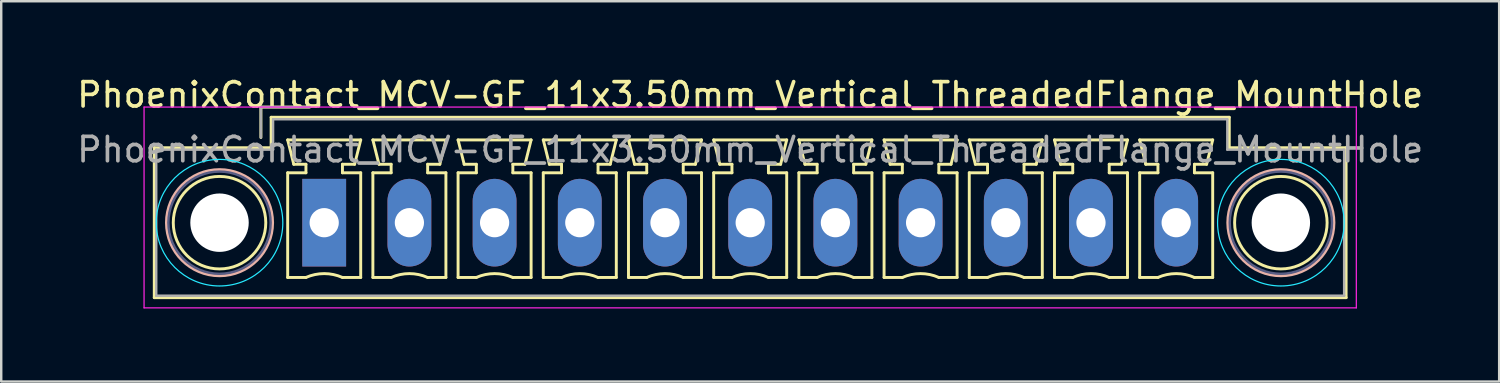
<source format=kicad_pcb>
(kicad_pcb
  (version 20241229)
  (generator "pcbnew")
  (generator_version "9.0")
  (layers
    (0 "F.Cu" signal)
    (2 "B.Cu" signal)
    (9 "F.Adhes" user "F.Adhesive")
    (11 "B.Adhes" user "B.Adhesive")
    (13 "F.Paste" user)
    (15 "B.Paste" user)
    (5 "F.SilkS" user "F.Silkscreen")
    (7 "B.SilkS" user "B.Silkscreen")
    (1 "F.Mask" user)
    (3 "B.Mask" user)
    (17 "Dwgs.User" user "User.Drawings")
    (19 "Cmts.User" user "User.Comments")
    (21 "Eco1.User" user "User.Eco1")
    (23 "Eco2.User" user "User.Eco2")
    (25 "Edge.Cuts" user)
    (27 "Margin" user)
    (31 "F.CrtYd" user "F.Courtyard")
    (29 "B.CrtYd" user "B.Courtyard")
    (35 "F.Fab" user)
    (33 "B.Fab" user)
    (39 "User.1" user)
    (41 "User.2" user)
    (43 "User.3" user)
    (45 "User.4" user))
  (footprint "PhoenixContact_MCV-GF_11x3.50mm_Vertical_ThreadedFlange_MountHole"
    (layer "F.Cu")
    (at 10.268 6.098)
    (property "Reference" "PhoenixContact_MCV-GF_11x3.50mm_Vertical_ThreadedFlange_MountHole" (at 17.5 -5.25 0) (layer "F.SilkS") (effects (font (size 1 1) (thickness 0.15))))
    (attr through_hole)
    (fp_line (start -6.98 -3.08) (end -6.98 3.08) (stroke (width 0.12) (type solid)) (layer "F.SilkS"))
    (fp_line (start -6.98 3.08) (end 41.98 3.08) (stroke (width 0.12) (type solid)) (layer "F.SilkS"))
    (fp_line (start -2.6 -4.75) (end -0.6 -4.75) (stroke (width 0.12) (type solid)) (layer "F.SilkS"))
    (fp_line (start -2.6 -3.5) (end -2.6 -4.75) (stroke (width 0.12) (type solid)) (layer "F.SilkS"))
    (fp_line (start -2.18 -4.33) (end -2.18 -3.08) (stroke (width 0.12) (type solid)) (layer "F.SilkS"))
    (fp_line (start -2.18 -3.08) (end -6.98 -3.08) (stroke (width 0.12) (type solid)) (layer "F.SilkS"))
    (fp_line (start -1.5 -3.4) (end 1.5 -3.4) (stroke (width 0.12) (type solid)) (layer "F.SilkS"))
    (fp_line (start -1.5 -2.05) (end -0.75 -2.05) (stroke (width 0.12) (type solid)) (layer "F.SilkS"))
    (fp_line (start -1.5 2.25) (end -1.5 -2.05) (stroke (width 0.12) (type solid)) (layer "F.SilkS"))
    (fp_line (start -1.25 -2.4) (end -1.5 -3.4) (stroke (width 0.12) (type solid)) (layer "F.SilkS"))
    (fp_line (start -0.75 -2.4) (end -1.25 -2.4) (stroke (width 0.12) (type solid)) (layer "F.SilkS"))
    (fp_line (start -0.75 -2.05) (end -0.75 -2.4) (stroke (width 0.12) (type solid)) (layer "F.SilkS"))
    (fp_line (start -0.75 2.25) (end -1.5 2.25) (stroke (width 0.12) (type solid)) (layer "F.SilkS"))
    (fp_line (start 0.75 -2.4) (end 0.75 -2.05) (stroke (width 0.12) (type solid)) (layer "F.SilkS"))
    (fp_line (start 0.75 -2.05) (end 1.5 -2.05) (stroke (width 0.12) (type solid)) (layer "F.SilkS"))
    (fp_line (start 1.25 -2.4) (end 0.75 -2.4) (stroke (width 0.12) (type solid)) (layer "F.SilkS"))
    (fp_line (start 1.5 -3.4) (end 1.25 -2.4) (stroke (width 0.12) (type solid)) (layer "F.SilkS"))
    (fp_line (start 1.5 -2.05) (end 1.5 2.25) (stroke (width 0.12) (type solid)) (layer "F.SilkS"))
    (fp_line (start 1.5 2.25) (end 0.75 2.25) (stroke (width 0.12) (type solid)) (layer "F.SilkS"))
    (fp_line (start 2 -3.4) (end 5 -3.4) (stroke (width 0.12) (type solid)) (layer "F.SilkS"))
    (fp_line (start 2 -2.05) (end 2.75 -2.05) (stroke (width 0.12) (type solid)) (layer "F.SilkS"))
    (fp_line (start 2 2.25) (end 2 -2.05) (stroke (width 0.12) (type solid)) (layer "F.SilkS"))
    (fp_line (start 2.25 -2.4) (end 2 -3.4) (stroke (width 0.12) (type solid)) (layer "F.SilkS"))
    (fp_line (start 2.75 -2.4) (end 2.25 -2.4) (stroke (width 0.12) (type solid)) (layer "F.SilkS"))
    (fp_line (start 2.75 -2.05) (end 2.75 -2.4) (stroke (width 0.12) (type solid)) (layer "F.SilkS"))
    (fp_line (start 2.75 2.25) (end 2 2.25) (stroke (width 0.12) (type solid)) (layer "F.SilkS"))
    (fp_line (start 4.25 -2.4) (end 4.25 -2.05) (stroke (width 0.12) (type solid)) (layer "F.SilkS"))
    (fp_line (start 4.25 -2.05) (end 5 -2.05) (stroke (width 0.12) (type solid)) (layer "F.SilkS"))
    (fp_line (start 4.75 -2.4) (end 4.25 -2.4) (stroke (width 0.12) (type solid)) (layer "F.SilkS"))
    (fp_line (start 5 -3.4) (end 4.75 -2.4) (stroke (width 0.12) (type solid)) (layer "F.SilkS"))
    (fp_line (start 5 -2.05) (end 5 2.25) (stroke (width 0.12) (type solid)) (layer "F.SilkS"))
    (fp_line (start 5 2.25) (end 4.25 2.25) (stroke (width 0.12) (type solid)) (layer "F.SilkS"))
    (fp_line (start 5.5 -3.4) (end 8.5 -3.4) (stroke (width 0.12) (type solid)) (layer "F.SilkS"))
    (fp_line (start 5.5 -2.05) (end 6.25 -2.05) (stroke (width 0.12) (type solid)) (layer "F.SilkS"))
    (fp_line (start 5.5 2.25) (end 5.5 -2.05) (stroke (width 0.12) (type solid)) (layer "F.SilkS"))
    (fp_line (start 5.75 -2.4) (end 5.5 -3.4) (stroke (width 0.12) (type solid)) (layer "F.SilkS"))
    (fp_line (start 6.25 -2.4) (end 5.75 -2.4) (stroke (width 0.12) (type solid)) (layer "F.SilkS"))
    (fp_line (start 6.25 -2.05) (end 6.25 -2.4) (stroke (width 0.12) (type solid)) (layer "F.SilkS"))
    (fp_line (start 6.25 2.25) (end 5.5 2.25) (stroke (width 0.12) (type solid)) (layer "F.SilkS"))
    (fp_line (start 7.75 -2.4) (end 7.75 -2.05) (stroke (width 0.12) (type solid)) (layer "F.SilkS"))
    (fp_line (start 7.75 -2.05) (end 8.5 -2.05) (stroke (width 0.12) (type solid)) (layer "F.SilkS"))
    (fp_line (start 8.25 -2.4) (end 7.75 -2.4) (stroke (width 0.12) (type solid)) (layer "F.SilkS"))
    (fp_line (start 8.5 -3.4) (end 8.25 -2.4) (stroke (width 0.12) (type solid)) (layer "F.SilkS"))
    (fp_line (start 8.5 -2.05) (end 8.5 2.25) (stroke (width 0.12) (type solid)) (layer "F.SilkS"))
    (fp_line (start 8.5 2.25) (end 7.75 2.25) (stroke (width 0.12) (type solid)) (layer "F.SilkS"))
    (fp_line (start 9 -3.4) (end 12 -3.4) (stroke (width 0.12) (type solid)) (layer "F.SilkS"))
    (fp_line (start 9 -2.05) (end 9.75 -2.05) (stroke (width 0.12) (type solid)) (layer "F.SilkS"))
    (fp_line (start 9 2.25) (end 9 -2.05) (stroke (width 0.12) (type solid)) (layer "F.SilkS"))
    (fp_line (start 9.25 -2.4) (end 9 -3.4) (stroke (width 0.12) (type solid)) (layer "F.SilkS"))
    (fp_line (start 9.75 -2.4) (end 9.25 -2.4) (stroke (width 0.12) (type solid)) (layer "F.SilkS"))
    (fp_line (start 9.75 -2.05) (end 9.75 -2.4) (stroke (width 0.12) (type solid)) (layer "F.SilkS"))
    (fp_line (start 9.75 2.25) (end 9 2.25) (stroke (width 0.12) (type solid)) (layer "F.SilkS"))
    (fp_line (start 11.25 -2.4) (end 11.25 -2.05) (stroke (width 0.12) (type solid)) (layer "F.SilkS"))
    (fp_line (start 11.25 -2.05) (end 12 -2.05) (stroke (width 0.12) (type solid)) (layer "F.SilkS"))
    (fp_line (start 11.75 -2.4) (end 11.25 -2.4) (stroke (width 0.12) (type solid)) (layer "F.SilkS"))
    (fp_line (start 12 -3.4) (end 11.75 -2.4) (stroke (width 0.12) (type solid)) (layer "F.SilkS"))
    (fp_line (start 12 -2.05) (end 12 2.25) (stroke (width 0.12) (type solid)) (layer "F.SilkS"))
    (fp_line (start 12 2.25) (end 11.25 2.25) (stroke (width 0.12) (type solid)) (layer "F.SilkS"))
    (fp_line (start 12.5 -3.4) (end 15.5 -3.4) (stroke (width 0.12) (type solid)) (layer "F.SilkS"))
    (fp_line (start 12.5 -2.05) (end 13.25 -2.05) (stroke (width 0.12) (type solid)) (layer "F.SilkS"))
    (fp_line (start 12.5 2.25) (end 12.5 -2.05) (stroke (width 0.12) (type solid)) (layer "F.SilkS"))
    (fp_line (start 12.75 -2.4) (end 12.5 -3.4) (stroke (width 0.12) (type solid)) (layer "F.SilkS"))
    (fp_line (start 13.25 -2.4) (end 12.75 -2.4) (stroke (width 0.12) (type solid)) (layer "F.SilkS"))
    (fp_line (start 13.25 -2.05) (end 13.25 -2.4) (stroke (width 0.12) (type solid)) (layer "F.SilkS"))
    (fp_line (start 13.25 2.25) (end 12.5 2.25) (stroke (width 0.12) (type solid)) (layer "F.SilkS"))
    (fp_line (start 14.75 -2.4) (end 14.75 -2.05) (stroke (width 0.12) (type solid)) (layer "F.SilkS"))
    (fp_line (start 14.75 -2.05) (end 15.5 -2.05) (stroke (width 0.12) (type solid)) (layer "F.SilkS"))
    (fp_line (start 15.25 -2.4) (end 14.75 -2.4) (stroke (width 0.12) (type solid)) (layer "F.SilkS"))
    (fp_line (start 15.5 -3.4) (end 15.25 -2.4) (stroke (width 0.12) (type solid)) (layer "F.SilkS"))
    (fp_line (start 15.5 -2.05) (end 15.5 2.25) (stroke (width 0.12) (type solid)) (layer "F.SilkS"))
    (fp_line (start 15.5 2.25) (end 14.75 2.25) (stroke (width 0.12) (type solid)) (layer "F.SilkS"))
    (fp_line (start 16 -3.4) (end 19 -3.4) (stroke (width 0.12) (type solid)) (layer "F.SilkS"))
    (fp_line (start 16 -2.05) (end 16.75 -2.05) (stroke (width 0.12) (type solid)) (layer "F.SilkS"))
    (fp_line (start 16 2.25) (end 16 -2.05) (stroke (width 0.12) (type solid)) (layer "F.SilkS"))
    (fp_line (start 16.25 -2.4) (end 16 -3.4) (stroke (width 0.12) (type solid)) (layer "F.SilkS"))
    (fp_line (start 16.75 -2.4) (end 16.25 -2.4) (stroke (width 0.12) (type solid)) (layer "F.SilkS"))
    (fp_line (start 16.75 -2.05) (end 16.75 -2.4) (stroke (width 0.12) (type solid)) (layer "F.SilkS"))
    (fp_line (start 16.75 2.25) (end 16 2.25) (stroke (width 0.12) (type solid)) (layer "F.SilkS"))
    (fp_line (start 18.25 -2.4) (end 18.25 -2.05) (stroke (width 0.12) (type solid)) (layer "F.SilkS"))
    (fp_line (start 18.25 -2.05) (end 19 -2.05) (stroke (width 0.12) (type solid)) (layer "F.SilkS"))
    (fp_line (start 18.75 -2.4) (end 18.25 -2.4) (stroke (width 0.12) (type solid)) (layer "F.SilkS"))
    (fp_line (start 19 -3.4) (end 18.75 -2.4) (stroke (width 0.12) (type solid)) (layer "F.SilkS"))
    (fp_line (start 19 -2.05) (end 19 2.25) (stroke (width 0.12) (type solid)) (layer "F.SilkS"))
    (fp_line (start 19 2.25) (end 18.25 2.25) (stroke (width 0.12) (type solid)) (layer "F.SilkS"))
    (fp_line (start 19.5 -3.4) (end 22.5 -3.4) (stroke (width 0.12) (type solid)) (layer "F.SilkS"))
    (fp_line (start 19.5 -2.05) (end 20.25 -2.05) (stroke (width 0.12) (type solid)) (layer "F.SilkS"))
    (fp_line (start 19.5 2.25) (end 19.5 -2.05) (stroke (width 0.12) (type solid)) (layer "F.SilkS"))
    (fp_line (start 19.75 -2.4) (end 19.5 -3.4) (stroke (width 0.12) (type solid)) (layer "F.SilkS"))
    (fp_line (start 20.25 -2.4) (end 19.75 -2.4) (stroke (width 0.12) (type solid)) (layer "F.SilkS"))
    (fp_line (start 20.25 -2.05) (end 20.25 -2.4) (stroke (width 0.12) (type solid)) (layer "F.SilkS"))
    (fp_line (start 20.25 2.25) (end 19.5 2.25) (stroke (width 0.12) (type solid)) (layer "F.SilkS"))
    (fp_line (start 21.75 -2.4) (end 21.75 -2.05) (stroke (width 0.12) (type solid)) (layer "F.SilkS"))
    (fp_line (start 21.75 -2.05) (end 22.5 -2.05) (stroke (width 0.12) (type solid)) (layer "F.SilkS"))
    (fp_line (start 22.25 -2.4) (end 21.75 -2.4) (stroke (width 0.12) (type solid)) (layer "F.SilkS"))
    (fp_line (start 22.5 -3.4) (end 22.25 -2.4) (stroke (width 0.12) (type solid)) (layer "F.SilkS"))
    (fp_line (start 22.5 -2.05) (end 22.5 2.25) (stroke (width 0.12) (type solid)) (layer "F.SilkS"))
    (fp_line (start 22.5 2.25) (end 21.75 2.25) (stroke (width 0.12) (type solid)) (layer "F.SilkS"))
    (fp_line (start 23 -3.4) (end 26 -3.4) (stroke (width 0.12) (type solid)) (layer "F.SilkS"))
    (fp_line (start 23 -2.05) (end 23.75 -2.05) (stroke (width 0.12) (type solid)) (layer "F.SilkS"))
    (fp_line (start 23 2.25) (end 23 -2.05) (stroke (width 0.12) (type solid)) (layer "F.SilkS"))
    (fp_line (start 23.25 -2.4) (end 23 -3.4) (stroke (width 0.12) (type solid)) (layer "F.SilkS"))
    (fp_line (start 23.75 -2.4) (end 23.25 -2.4) (stroke (width 0.12) (type solid)) (layer "F.SilkS"))
    (fp_line (start 23.75 -2.05) (end 23.75 -2.4) (stroke (width 0.12) (type solid)) (layer "F.SilkS"))
    (fp_line (start 23.75 2.25) (end 23 2.25) (stroke (width 0.12) (type solid)) (layer "F.SilkS"))
    (fp_line (start 25.25 -2.4) (end 25.25 -2.05) (stroke (width 0.12) (type solid)) (layer "F.SilkS"))
    (fp_line (start 25.25 -2.05) (end 26 -2.05) (stroke (width 0.12) (type solid)) (layer "F.SilkS"))
    (fp_line (start 25.75 -2.4) (end 25.25 -2.4) (stroke (width 0.12) (type solid)) (layer "F.SilkS"))
    (fp_line (start 26 -3.4) (end 25.75 -2.4) (stroke (width 0.12) (type solid)) (layer "F.SilkS"))
    (fp_line (start 26 -2.05) (end 26 2.25) (stroke (width 0.12) (type solid)) (layer "F.SilkS"))
    (fp_line (start 26 2.25) (end 25.25 2.25) (stroke (width 0.12) (type solid)) (layer "F.SilkS"))
    (fp_line (start 26.5 -3.4) (end 29.5 -3.4) (stroke (width 0.12) (type solid)) (layer "F.SilkS"))
    (fp_line (start 26.5 -2.05) (end 27.25 -2.05) (stroke (width 0.12) (type solid)) (layer "F.SilkS"))
    (fp_line (start 26.5 2.25) (end 26.5 -2.05) (stroke (width 0.12) (type solid)) (layer "F.SilkS"))
    (fp_line (start 26.75 -2.4) (end 26.5 -3.4) (stroke (width 0.12) (type solid)) (layer "F.SilkS"))
    (fp_line (start 27.25 -2.4) (end 26.75 -2.4) (stroke (width 0.12) (type solid)) (layer "F.SilkS"))
    (fp_line (start 27.25 -2.05) (end 27.25 -2.4) (stroke (width 0.12) (type solid)) (layer "F.SilkS"))
    (fp_line (start 27.25 2.25) (end 26.5 2.25) (stroke (width 0.12) (type solid)) (layer "F.SilkS"))
    (fp_line (start 28.75 -2.4) (end 28.75 -2.05) (stroke (width 0.12) (type solid)) (layer "F.SilkS"))
    (fp_line (start 28.75 -2.05) (end 29.5 -2.05) (stroke (width 0.12) (type solid)) (layer "F.SilkS"))
    (fp_line (start 29.25 -2.4) (end 28.75 -2.4) (stroke (width 0.12) (type solid)) (layer "F.SilkS"))
    (fp_line (start 29.5 -3.4) (end 29.25 -2.4) (stroke (width 0.12) (type solid)) (layer "F.SilkS"))
    (fp_line (start 29.5 -2.05) (end 29.5 2.25) (stroke (width 0.12) (type solid)) (layer "F.SilkS"))
    (fp_line (start 29.5 2.25) (end 28.75 2.25) (stroke (width 0.12) (type solid)) (layer "F.SilkS"))
    (fp_line (start 30 -3.4) (end 33 -3.4) (stroke (width 0.12) (type solid)) (layer "F.SilkS"))
    (fp_line (start 30 -2.05) (end 30.75 -2.05) (stroke (width 0.12) (type solid)) (layer "F.SilkS"))
    (fp_line (start 30 2.25) (end 30 -2.05) (stroke (width 0.12) (type solid)) (layer "F.SilkS"))
    (fp_line (start 30.25 -2.4) (end 30 -3.4) (stroke (width 0.12) (type solid)) (layer "F.SilkS"))
    (fp_line (start 30.75 -2.4) (end 30.25 -2.4) (stroke (width 0.12) (type solid)) (layer "F.SilkS"))
    (fp_line (start 30.75 -2.05) (end 30.75 -2.4) (stroke (width 0.12) (type solid)) (layer "F.SilkS"))
    (fp_line (start 30.75 2.25) (end 30 2.25) (stroke (width 0.12) (type solid)) (layer "F.SilkS"))
    (fp_line (start 32.25 -2.4) (end 32.25 -2.05) (stroke (width 0.12) (type solid)) (layer "F.SilkS"))
    (fp_line (start 32.25 -2.05) (end 33 -2.05) (stroke (width 0.12) (type solid)) (layer "F.SilkS"))
    (fp_line (start 32.75 -2.4) (end 32.25 -2.4) (stroke (width 0.12) (type solid)) (layer "F.SilkS"))
    (fp_line (start 33 -3.4) (end 32.75 -2.4) (stroke (width 0.12) (type solid)) (layer "F.SilkS"))
    (fp_line (start 33 -2.05) (end 33 2.25) (stroke (width 0.12) (type solid)) (layer "F.SilkS"))
    (fp_line (start 33 2.25) (end 32.25 2.25) (stroke (width 0.12) (type solid)) (layer "F.SilkS"))
    (fp_line (start 33.5 -3.4) (end 36.5 -3.4) (stroke (width 0.12) (type solid)) (layer "F.SilkS"))
    (fp_line (start 33.5 -2.05) (end 34.25 -2.05) (stroke (width 0.12) (type solid)) (layer "F.SilkS"))
    (fp_line (start 33.5 2.25) (end 33.5 -2.05) (stroke (width 0.12) (type solid)) (layer "F.SilkS"))
    (fp_line (start 33.75 -2.4) (end 33.5 -3.4) (stroke (width 0.12) (type solid)) (layer "F.SilkS"))
    (fp_line (start 34.25 -2.4) (end 33.75 -2.4) (stroke (width 0.12) (type solid)) (layer "F.SilkS"))
    (fp_line (start 34.25 -2.05) (end 34.25 -2.4) (stroke (width 0.12) (type solid)) (layer "F.SilkS"))
    (fp_line (start 34.25 2.25) (end 33.5 2.25) (stroke (width 0.12) (type solid)) (layer "F.SilkS"))
    (fp_line (start 35.75 -2.4) (end 35.75 -2.05) (stroke (width 0.12) (type solid)) (layer "F.SilkS"))
    (fp_line (start 35.75 -2.05) (end 36.5 -2.05) (stroke (width 0.12) (type solid)) (layer "F.SilkS"))
    (fp_line (start 36.25 -2.4) (end 35.75 -2.4) (stroke (width 0.12) (type solid)) (layer "F.SilkS"))
    (fp_line (start 36.5 -3.4) (end 36.25 -2.4) (stroke (width 0.12) (type solid)) (layer "F.SilkS"))
    (fp_line (start 36.5 -2.05) (end 36.5 2.25) (stroke (width 0.12) (type solid)) (layer "F.SilkS"))
    (fp_line (start 36.5 2.25) (end 35.75 2.25) (stroke (width 0.12) (type solid)) (layer "F.SilkS"))
    (fp_line (start 37.18 -4.33) (end -2.18 -4.33) (stroke (width 0.12) (type solid)) (layer "F.SilkS"))
    (fp_line (start 37.18 -3.08) (end 37.18 -4.33) (stroke (width 0.12) (type solid)) (layer "F.SilkS"))
    (fp_line (start 41.98 -3.08) (end 37.18 -3.08) (stroke (width 0.12) (type solid)) (layer "F.SilkS"))
    (fp_line (start 41.98 3.08) (end 41.98 -3.08) (stroke (width 0.12) (type solid)) (layer "F.SilkS"))
    (fp_arc (start -0.75 2.25) (mid -0.000193 2.09191) (end 0.749647 2.249844) (stroke (width 0.12) (type solid)) (layer "F.SilkS"))
    (fp_arc (start 2.75 2.25) (mid 3.499807 2.09191) (end 4.249647 2.249844) (stroke (width 0.12) (type solid)) (layer "F.SilkS"))
    (fp_arc (start 6.25 2.25) (mid 6.999807 2.09191) (end 7.749647 2.249844) (stroke (width 0.12) (type solid)) (layer "F.SilkS"))
    (fp_arc (start 9.75 2.25) (mid 10.499807 2.09191) (end 11.249647 2.249844) (stroke (width 0.12) (type solid)) (layer "F.SilkS"))
    (fp_arc (start 13.25 2.25) (mid 13.999807 2.09191) (end 14.749647 2.249844) (stroke (width 0.12) (type solid)) (layer "F.SilkS"))
    (fp_arc (start 16.75 2.25) (mid 17.499807 2.09191) (end 18.249647 2.249844) (stroke (width 0.12) (type solid)) (layer "F.SilkS"))
    (fp_arc (start 20.25 2.25) (mid 20.999807 2.09191) (end 21.749647 2.249844) (stroke (width 0.12) (type solid)) (layer "F.SilkS"))
    (fp_arc (start 23.75 2.25) (mid 24.499807 2.09191) (end 25.249647 2.249844) (stroke (width 0.12) (type solid)) (layer "F.SilkS"))
    (fp_arc (start 27.25 2.25) (mid 27.999807 2.09191) (end 28.749647 2.249844) (stroke (width 0.12) (type solid)) (layer "F.SilkS"))
    (fp_arc (start 30.75 2.25) (mid 31.499807 2.09191) (end 32.249647 2.249844) (stroke (width 0.12) (type solid)) (layer "F.SilkS"))
    (fp_arc (start 34.25 2.25) (mid 34.999807 2.09191) (end 35.749647 2.249844) (stroke (width 0.12) (type solid)) (layer "F.SilkS"))
    (fp_circle (center -4.3 0) (end -2.4 0) (stroke (width 0.12) (type solid)) (fill no) (layer "F.SilkS"))
    (fp_circle (center 39.3 0) (end 41.2 0) (stroke (width 0.12) (type solid)) (fill no) (layer "F.SilkS"))
    (fp_circle (center -4.3 0) (end -2.12 0) (stroke (width 0.12) (type solid)) (fill no) (layer "B.SilkS"))
    (fp_circle (center 39.3 0) (end 41.48 0) (stroke (width 0.12) (type solid)) (fill no) (layer "B.SilkS"))
    (fp_circle (center -4.3 0) (end -1.7 0) (stroke (width 0.05) (type solid)) (fill no) (layer "B.CrtYd"))
    (fp_circle (center 39.3 0) (end 41.9 0) (stroke (width 0.05) (type solid)) (fill no) (layer "B.CrtYd"))
    (fp_line (start -7.4 -4.75) (end -7.4 3.5) (stroke (width 0.05) (type solid)) (layer "F.CrtYd"))
    (fp_line (start -7.4 3.5) (end 42.4 3.5) (stroke (width 0.05) (type solid)) (layer "F.CrtYd"))
    (fp_line (start 42.4 -4.75) (end -7.4 -4.75) (stroke (width 0.05) (type solid)) (layer "F.CrtYd"))
    (fp_line (start 42.4 3.5) (end 42.4 -4.75) (stroke (width 0.05) (type solid)) (layer "F.CrtYd"))
    (fp_circle (center -4.3 0) (end -2.2 0) (stroke (width 0.1) (type solid)) (fill no) (layer "B.Fab"))
    (fp_circle (center 39.3 0) (end 41.4 0) (stroke (width 0.1) (type solid)) (fill no) (layer "B.Fab"))
    (fp_line (start -6.9 -3) (end -6.9 3) (stroke (width 0.1) (type solid)) (layer "F.Fab"))
    (fp_line (start -6.9 3) (end 41.9 3) (stroke (width 0.1) (type solid)) (layer "F.Fab"))
    (fp_line (start -2.6 -4.75) (end -0.6 -4.75) (stroke (width 0.1) (type solid)) (layer "F.Fab"))
    (fp_line (start -2.6 -3.5) (end -2.6 -4.75) (stroke (width 0.1) (type solid)) (layer "F.Fab"))
    (fp_line (start -2.1 -4.25) (end -2.1 -3) (stroke (width 0.1) (type solid)) (layer "F.Fab"))
    (fp_line (start -2.1 -3) (end -6.9 -3) (stroke (width 0.1) (type solid)) (layer "F.Fab"))
    (fp_line (start 37.1 -4.25) (end -2.1 -4.25) (stroke (width 0.1) (type solid)) (layer "F.Fab"))
    (fp_line (start 37.1 -3) (end 37.1 -4.25) (stroke (width 0.1) (type solid)) (layer "F.Fab"))
    (fp_line (start 41.9 -3) (end 37.1 -3) (stroke (width 0.1) (type solid)) (layer "F.Fab"))
    (fp_line (start 41.9 3) (end 41.9 -3) (stroke (width 0.1) (type solid)) (layer "F.Fab"))
    (fp_text user "${REFERENCE}" (at 17.5 -3 0) (layer "F.Fab") (effects (font (size 1 1) (thickness 0.15))))
    (pad "" np_thru_hole circle (at -4.3 0) (size 2.4 2.4) (drill 2.4) (layers "*.Cu" "*.Mask"))
    (pad "" np_thru_hole circle (at 39.3 0) (size 2.4 2.4) (drill 2.4) (layers "*.Cu" "*.Mask"))
    (pad "1" thru_hole rect (at 0 0) (size 1.8 3.6) (drill 1.2) (layers "*.Cu" "*.Mask"))
    (pad "2" thru_hole oval (at 3.5 0) (size 1.8 3.6) (drill 1.2) (layers "*.Cu" "*.Mask"))
    (pad "3" thru_hole oval (at 7 0) (size 1.8 3.6) (drill 1.2) (layers "*.Cu" "*.Mask"))
    (pad "4" thru_hole oval (at 10.5 0) (size 1.8 3.6) (drill 1.2) (layers "*.Cu" "*.Mask"))
    (pad "5" thru_hole oval (at 14 0) (size 1.8 3.6) (drill 1.2) (layers "*.Cu" "*.Mask"))
    (pad "6" thru_hole oval (at 17.5 0) (size 1.8 3.6) (drill 1.2) (layers "*.Cu" "*.Mask"))
    (pad "7" thru_hole oval (at 21 0) (size 1.8 3.6) (drill 1.2) (layers "*.Cu" "*.Mask"))
    (pad "8" thru_hole oval (at 24.5 0) (size 1.8 3.6) (drill 1.2) (layers "*.Cu" "*.Mask"))
    (pad "9" thru_hole oval (at 28 0) (size 1.8 3.6) (drill 1.2) (layers "*.Cu" "*.Mask"))
    (pad "10" thru_hole oval (at 31.5 0) (size 1.8 3.6) (drill 1.2) (layers "*.Cu" "*.Mask"))
    (pad "11" thru_hole oval (at 35 0) (size 1.8 3.6) (drill 1.2) (layers "*.Cu" "*.Mask")))
  (gr_rect
    (start -3 -3)
    (end 58.536 12.623)
    (stroke (width 0.1) (type default))
    (fill no)
    (layer "Edge.Cuts")))
</source>
